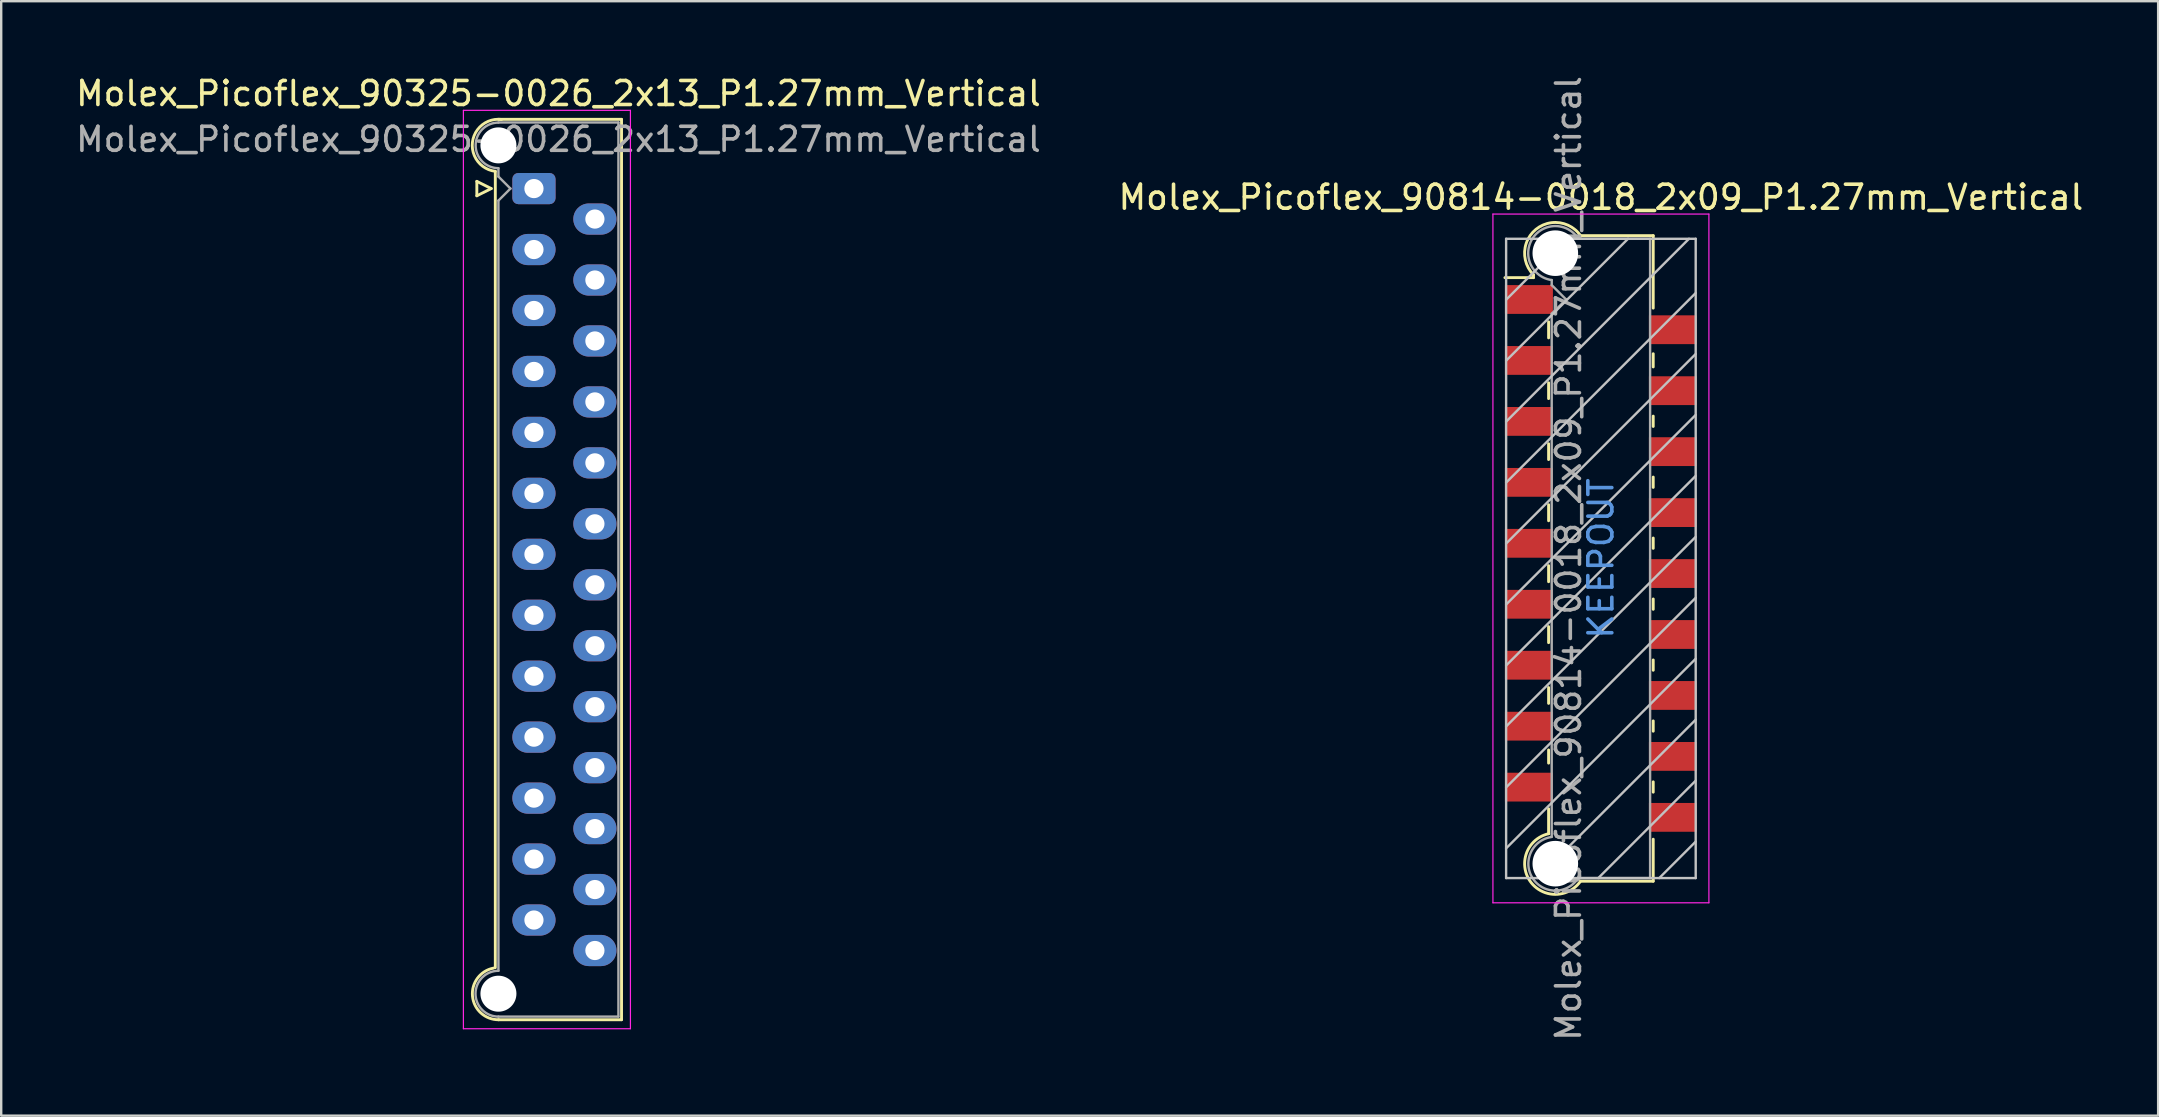
<source format=kicad_pcb>
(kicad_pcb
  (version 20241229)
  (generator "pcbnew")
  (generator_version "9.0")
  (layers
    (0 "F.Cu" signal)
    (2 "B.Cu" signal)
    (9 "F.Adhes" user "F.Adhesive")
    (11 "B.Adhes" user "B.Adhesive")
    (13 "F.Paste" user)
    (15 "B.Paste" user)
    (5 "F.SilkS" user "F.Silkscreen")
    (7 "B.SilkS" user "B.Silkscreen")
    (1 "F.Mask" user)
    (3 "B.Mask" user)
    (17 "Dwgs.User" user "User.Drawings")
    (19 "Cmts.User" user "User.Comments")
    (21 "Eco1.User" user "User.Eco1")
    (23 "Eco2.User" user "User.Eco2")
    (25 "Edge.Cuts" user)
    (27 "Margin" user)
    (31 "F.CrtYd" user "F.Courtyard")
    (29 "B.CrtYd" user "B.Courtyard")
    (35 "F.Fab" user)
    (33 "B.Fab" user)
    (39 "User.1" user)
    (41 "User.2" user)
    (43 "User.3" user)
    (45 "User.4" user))
  (footprint "Molex_Picoflex_90325-0026_2x13_P1.27mm_Vertical"
    (layer "F.Cu")
    (at 19.2 4.808)
    (property "Reference" "Molex_Picoflex_90325-0026_2x13_P1.27mm_Vertical" (at 1.02 -3.96 0) (layer "F.SilkS") (effects (font (size 1 1) (thickness 0.15))))
    (attr through_hole)
    (fp_line (start -2.38 -0.3) (end -2.38 0.3) (stroke (width 0.12) (type solid)) (layer "F.SilkS"))
    (fp_line (start -2.38 0.3) (end -1.78 0) (stroke (width 0.12) (type solid)) (layer "F.SilkS"))
    (fp_line (start -1.78 0) (end -2.38 -0.3) (stroke (width 0.12) (type solid)) (layer "F.SilkS"))
    (fp_line (start -1.61 -0.715) (end -1.61 32.465) (stroke (width 0.12) (type solid)) (layer "F.SilkS"))
    (fp_line (start -1.48 -2.885) (end 3.65 -2.885) (stroke (width 0.12) (type solid)) (layer "F.SilkS"))
    (fp_line (start 3.65 -2.885) (end 3.65 34.635) (stroke (width 0.12) (type solid)) (layer "F.SilkS"))
    (fp_line (start 3.65 34.635) (end -1.48 34.635) (stroke (width 0.12) (type solid)) (layer "F.SilkS"))
    (fp_arc (start -1.61 -0.72) (mid -2.56 -1.93) (end -1.35 -2.88) (stroke (width 0.12) (type solid)) (layer "F.SilkS"))
    (fp_arc (start -1.47 34.635) (mid -2.56 33.654526) (end -1.678256 32.48322) (stroke (width 0.12) (type solid)) (layer "F.SilkS"))
    (fp_line (start -2.94 -3.26) (end -2.94 35.01) (stroke (width 0.05) (type solid)) (layer "F.CrtYd"))
    (fp_line (start -2.94 35.01) (end 4.02 35.01) (stroke (width 0.05) (type solid)) (layer "F.CrtYd"))
    (fp_line (start 4.02 -3.26) (end -2.94 -3.26) (stroke (width 0.05) (type solid)) (layer "F.CrtYd"))
    (fp_line (start 4.02 35.01) (end 4.02 -3.26) (stroke (width 0.05) (type solid)) (layer "F.CrtYd"))
    (fp_line (start -1.48 -2.755) (end 3.52 -2.755) (stroke (width 0.1) (type solid)) (layer "F.Fab"))
    (fp_line (start -1.48 -0.845) (end -1.48 -0.5) (stroke (width 0.1) (type solid)) (layer "F.Fab"))
    (fp_line (start -1.48 -0.5) (end -0.98 0) (stroke (width 0.1) (type solid)) (layer "F.Fab"))
    (fp_line (start -1.48 0.5) (end -1.48 32.595) (stroke (width 0.1) (type solid)) (layer "F.Fab"))
    (fp_line (start -0.98 0) (end -1.48 0.5) (stroke (width 0.1) (type solid)) (layer "F.Fab"))
    (fp_line (start 3.52 -2.755) (end 3.52 34.505) (stroke (width 0.1) (type solid)) (layer "F.Fab"))
    (fp_line (start 3.52 34.505) (end -1.48 34.505) (stroke (width 0.1) (type solid)) (layer "F.Fab"))
    (fp_arc (start -1.48 -0.85) (mid -2.43 -1.8) (end -1.48 -2.75) (stroke (width 0.1) (type solid)) (layer "F.Fab"))
    (fp_arc (start -1.48 34.505) (mid -2.435 33.55) (end -1.48 32.595) (stroke (width 0.1) (type solid)) (layer "F.Fab"))
    (fp_text user "${REFERENCE}" (at 1.02 -2.05 0) (layer "F.Fab") (effects (font (size 1 1) (thickness 0.15))))
    (pad "" np_thru_hole circle (at -1.48 -1.8) (size 1.5 1.5) (drill 1.5) (layers "*.Cu" "*.Mask"))
    (pad "" np_thru_hole circle (at -1.48 33.55) (size 1.5 1.5) (drill 1.5) (layers "*.Cu" "*.Mask"))
    (pad "1" thru_hole roundrect (at 0 0) (size 1.8 1.3) (drill 0.8) (layers "*.Cu" "*.Mask") (roundrect_rratio 0.192))
    (pad "2" thru_hole oval (at 2.54 1.27) (size 1.8 1.3) (drill 0.8) (layers "*.Cu" "*.Mask"))
    (pad "3" thru_hole oval (at 0 2.54) (size 1.8 1.3) (drill 0.8) (layers "*.Cu" "*.Mask"))
    (pad "4" thru_hole oval (at 2.54 3.81) (size 1.8 1.3) (drill 0.8) (layers "*.Cu" "*.Mask"))
    (pad "5" thru_hole oval (at 0 5.08) (size 1.8 1.3) (drill 0.8) (layers "*.Cu" "*.Mask"))
    (pad "6" thru_hole oval (at 2.54 6.35) (size 1.8 1.3) (drill 0.8) (layers "*.Cu" "*.Mask"))
    (pad "7" thru_hole oval (at 0 7.62) (size 1.8 1.3) (drill 0.8) (layers "*.Cu" "*.Mask"))
    (pad "8" thru_hole oval (at 2.54 8.89) (size 1.8 1.3) (drill 0.8) (layers "*.Cu" "*.Mask"))
    (pad "9" thru_hole oval (at 0 10.16) (size 1.8 1.3) (drill 0.8) (layers "*.Cu" "*.Mask"))
    (pad "10" thru_hole oval (at 2.54 11.43) (size 1.8 1.3) (drill 0.8) (layers "*.Cu" "*.Mask"))
    (pad "11" thru_hole oval (at 0 12.7) (size 1.8 1.3) (drill 0.8) (layers "*.Cu" "*.Mask"))
    (pad "12" thru_hole oval (at 2.54 13.97) (size 1.8 1.3) (drill 0.8) (layers "*.Cu" "*.Mask"))
    (pad "13" thru_hole oval (at 0 15.24) (size 1.8 1.3) (drill 0.8) (layers "*.Cu" "*.Mask"))
    (pad "14" thru_hole oval (at 2.54 16.51) (size 1.8 1.3) (drill 0.8) (layers "*.Cu" "*.Mask"))
    (pad "15" thru_hole oval (at 0 17.78) (size 1.8 1.3) (drill 0.8) (layers "*.Cu" "*.Mask"))
    (pad "16" thru_hole oval (at 2.54 19.05) (size 1.8 1.3) (drill 0.8) (layers "*.Cu" "*.Mask"))
    (pad "17" thru_hole oval (at 0 20.32) (size 1.8 1.3) (drill 0.8) (layers "*.Cu" "*.Mask"))
    (pad "18" thru_hole oval (at 2.54 21.59) (size 1.8 1.3) (drill 0.8) (layers "*.Cu" "*.Mask"))
    (pad "19" thru_hole oval (at 0 22.86) (size 1.8 1.3) (drill 0.8) (layers "*.Cu" "*.Mask"))
    (pad "20" thru_hole oval (at 2.54 24.13) (size 1.8 1.3) (drill 0.8) (layers "*.Cu" "*.Mask"))
    (pad "21" thru_hole oval (at 0 25.4) (size 1.8 1.3) (drill 0.8) (layers "*.Cu" "*.Mask"))
    (pad "22" thru_hole oval (at 2.54 26.67) (size 1.8 1.3) (drill 0.8) (layers "*.Cu" "*.Mask"))
    (pad "23" thru_hole oval (at 0 27.94) (size 1.8 1.3) (drill 0.8) (layers "*.Cu" "*.Mask"))
    (pad "24" thru_hole oval (at 2.54 29.21) (size 1.8 1.3) (drill 0.8) (layers "*.Cu" "*.Mask"))
    (pad "25" thru_hole oval (at 0 30.48) (size 1.8 1.3) (drill 0.8) (layers "*.Cu" "*.Mask"))
    (pad "26" thru_hole oval (at 2.54 31.75) (size 1.8 1.3) (drill 0.8) (layers "*.Cu" "*.Mask")))
  (footprint "Molex_Picoflex_90814-0018_2x09_P1.27mm_Vertical"
    (layer "F.Cu")
    (at 63.661 20.22)
    (property "Reference" "Molex_Picoflex_90814-0018_2x09_P1.27mm_Vertical" (at 0 -15.05 0) (layer "F.SilkS") (effects (font (size 1 1) (thickness 0.15))))
    (attr smd)
    (fp_line (start -2.81 -11.82) (end -2.81 -11.7) (stroke (width 0.12) (type solid)) (layer "F.SilkS"))
    (fp_line (start -2.81 -11.7) (end -4 -11.7) (stroke (width 0.12) (type solid)) (layer "F.SilkS"))
    (fp_line (start -2.18 -9.19) (end -2.18 -9.86) (stroke (width 0.12) (type solid)) (layer "F.SilkS"))
    (fp_line (start -2.18 -6.66) (end -2.18 -7.32) (stroke (width 0.12) (type solid)) (layer "F.SilkS"))
    (fp_line (start -2.18 -4.12) (end -2.18 -4.78) (stroke (width 0.12) (type solid)) (layer "F.SilkS"))
    (fp_line (start -2.18 -1.57) (end -2.18 -2.24) (stroke (width 0.12) (type solid)) (layer "F.SilkS"))
    (fp_line (start -2.18 0.97) (end -2.18 0.3) (stroke (width 0.12) (type solid)) (layer "F.SilkS"))
    (fp_line (start -2.18 3.51) (end -2.18 2.84) (stroke (width 0.12) (type solid)) (layer "F.SilkS"))
    (fp_line (start -2.18 6.04) (end -2.18 5.38) (stroke (width 0.12) (type solid)) (layer "F.SilkS"))
    (fp_line (start -2.18 8.53) (end -2.18 7.98) (stroke (width 0.12) (type solid)) (layer "F.SilkS"))
    (fp_line (start -2.18 11.47) (end -2.18 10.43) (stroke (width 0.12) (type solid)) (layer "F.SilkS"))
    (fp_line (start 2.18 -13.45) (end -0.82 -13.45) (stroke (width 0.12) (type solid)) (layer "F.SilkS"))
    (fp_line (start 2.18 -13.45) (end 2.18 -10.43) (stroke (width 0.12) (type solid)) (layer "F.SilkS"))
    (fp_line (start 2.18 -8.53) (end 2.18 -7.98) (stroke (width 0.12) (type solid)) (layer "F.SilkS"))
    (fp_line (start 2.18 -5.93) (end 2.18 -5.5) (stroke (width 0.12) (type solid)) (layer "F.SilkS"))
    (fp_line (start 2.18 -3.39) (end 2.18 -2.96) (stroke (width 0.12) (type solid)) (layer "F.SilkS"))
    (fp_line (start 2.18 -0.85) (end 2.18 -0.42) (stroke (width 0.12) (type solid)) (layer "F.SilkS"))
    (fp_line (start 2.18 1.69) (end 2.18 2.12) (stroke (width 0.12) (type solid)) (layer "F.SilkS"))
    (fp_line (start 2.18 4.23) (end 2.18 4.66) (stroke (width 0.12) (type solid)) (layer "F.SilkS"))
    (fp_line (start 2.18 6.77) (end 2.18 7.2) (stroke (width 0.12) (type solid)) (layer "F.SilkS"))
    (fp_line (start 2.18 9.31) (end 2.18 9.74) (stroke (width 0.12) (type solid)) (layer "F.SilkS"))
    (fp_line (start 2.18 11.7) (end 2.18 13.45) (stroke (width 0.12) (type solid)) (layer "F.SilkS"))
    (fp_line (start 2.18 13.45) (end -0.85 13.45) (stroke (width 0.12) (type solid)) (layer "F.SilkS"))
    (fp_arc (start -2.81 -11.82) (mid -2.708637 -13.712072) (end -0.834991 -13.429828) (stroke (width 0.12) (type solid)) (layer "F.SilkS"))
    (fp_arc (start -0.85 13.45) (mid -2.962791 13.431249) (end -2.174424 11.470964) (stroke (width 0.12) (type solid)) (layer "F.SilkS"))
    (fp_line (start -3.95 -13.32) (end -3.95 13.32) (stroke (width 0.1) (type solid)) (layer "Dwgs.User"))
    (fp_line (start -3.95 -10.78) (end -1.41 -13.32) (stroke (width 0.1) (type solid)) (layer "Dwgs.User"))
    (fp_line (start -3.95 -8.24) (end 1.13 -13.32) (stroke (width 0.1) (type solid)) (layer "Dwgs.User"))
    (fp_line (start -3.95 -5.7) (end 3.67 -13.32) (stroke (width 0.1) (type solid)) (layer "Dwgs.User"))
    (fp_line (start -3.95 -3.16) (end 3.95 -11.06) (stroke (width 0.1) (type solid)) (layer "Dwgs.User"))
    (fp_line (start -3.95 -0.62) (end 3.95 -8.52) (stroke (width 0.1) (type solid)) (layer "Dwgs.User"))
    (fp_line (start -3.95 1.92) (end 3.95 -5.98) (stroke (width 0.1) (type solid)) (layer "Dwgs.User"))
    (fp_line (start -3.95 4.46) (end 3.95 -3.44) (stroke (width 0.1) (type solid)) (layer "Dwgs.User"))
    (fp_line (start -3.95 7) (end 3.95 -0.9) (stroke (width 0.1) (type solid)) (layer "Dwgs.User"))
    (fp_line (start -3.95 9.54) (end 3.95 1.64) (stroke (width 0.1) (type solid)) (layer "Dwgs.User"))
    (fp_line (start -3.95 12.08) (end 3.95 4.18) (stroke (width 0.1) (type solid)) (layer "Dwgs.User"))
    (fp_line (start -3.95 13.32) (end 3.95 13.32) (stroke (width 0.1) (type solid)) (layer "Dwgs.User"))
    (fp_line (start -2.65 13.32) (end 3.95 6.72) (stroke (width 0.1) (type solid)) (layer "Dwgs.User"))
    (fp_line (start -0.11 13.32) (end 3.95 9.26) (stroke (width 0.1) (type solid)) (layer "Dwgs.User"))
    (fp_line (start 2.43 13.32) (end 3.95 11.8) (stroke (width 0.1) (type solid)) (layer "Dwgs.User"))
    (fp_line (start 3.95 -13.32) (end -3.95 -13.32) (stroke (width 0.1) (type solid)) (layer "Dwgs.User"))
    (fp_line (start 3.95 13.32) (end 3.95 -13.32) (stroke (width 0.1) (type solid)) (layer "Dwgs.User"))
    (fp_line (start -4.5 -14.35) (end -4.5 14.35) (stroke (width 0.05) (type solid)) (layer "F.CrtYd"))
    (fp_line (start -4.5 14.35) (end 4.5 14.35) (stroke (width 0.05) (type solid)) (layer "F.CrtYd"))
    (fp_line (start 4.5 -14.35) (end -4.5 -14.35) (stroke (width 0.05) (type solid)) (layer "F.CrtYd"))
    (fp_line (start 4.5 14.35) (end 4.5 -14.35) (stroke (width 0.05) (type solid)) (layer "F.CrtYd"))
    (fp_line (start -2.05 -11.39) (end -2.05 -11.6) (stroke (width 0.1) (type solid)) (layer "F.Fab"))
    (fp_line (start -2.05 -10.2) (end -1.45 -10.79) (stroke (width 0.1) (type solid)) (layer "F.Fab"))
    (fp_line (start -2.05 11.6) (end -2.05 -10.2) (stroke (width 0.1) (type solid)) (layer "F.Fab"))
    (fp_line (start -1.45 -10.79) (end -2.05 -11.39) (stroke (width 0.1) (type solid)) (layer "F.Fab"))
    (fp_line (start 2.05 -13.32) (end -0.93 -13.32) (stroke (width 0.1) (type solid)) (layer "F.Fab"))
    (fp_line (start 2.05 -13.32) (end 2.05 13.32) (stroke (width 0.1) (type solid)) (layer "F.Fab"))
    (fp_line (start 2.05 13.32) (end -0.95 13.32) (stroke (width 0.1) (type solid)) (layer "F.Fab"))
    (fp_arc (start -2.05 -11.6) (mid -2.851672 -13.329279) (end -0.945612 -13.325015) (stroke (width 0.1) (type solid)) (layer "F.Fab"))
    (fp_arc (start -0.95 13.32) (mid -2.845272 13.327421) (end -2.051022 11.606585) (stroke (width 0.1) (type solid)) (layer "F.Fab"))
    (fp_text user "KEEPOUT" (at 0 0 90) (layer "Cmts.User") (effects (font (size 1 1) (thickness 0.15))))
    (fp_text user "${REFERENCE}" (at -1.35 0 90) (layer "F.Fab") (effects (font (size 1 1) (thickness 0.15))))
    (pad "" np_thru_hole circle (at -1.9 -12.72) (size 1.9 1.9) (drill 1.9) (layers "*.Cu" "*.Mask"))
    (pad "" np_thru_hole circle (at -1.9 12.72) (size 1.9 1.9) (drill 1.9) (layers "*.Cu" "*.Mask"))
    (pad "1" smd rect (at -3 -10.79) (size 2 1.2) (layers "F.Cu" "F.Mask" "F.Paste"))
    (pad "2" smd rect (at 3 -9.53) (size 2 1.2) (layers "F.Cu" "F.Mask" "F.Paste"))
    (pad "3" smd rect (at -3 -8.25) (size 2 1.2) (layers "F.Cu" "F.Mask" "F.Paste"))
    (pad "4" smd rect (at 3 -6.99) (size 2 1.2) (layers "F.Cu" "F.Mask" "F.Paste"))
    (pad "5" smd rect (at -3 -5.71) (size 2 1.2) (layers "F.Cu" "F.Mask" "F.Paste"))
    (pad "6" smd rect (at 3 -4.45) (size 2 1.2) (layers "F.Cu" "F.Mask" "F.Paste"))
    (pad "7" smd rect (at -3 -3.17) (size 2 1.2) (layers "F.Cu" "F.Mask" "F.Paste"))
    (pad "8" smd rect (at 3 -1.91) (size 2 1.2) (layers "F.Cu" "F.Mask" "F.Paste"))
    (pad "9" smd rect (at -3 -0.63) (size 2 1.2) (layers "F.Cu" "F.Mask" "F.Paste"))
    (pad "10" smd rect (at 3 0.63) (size 2 1.2) (layers "F.Cu" "F.Mask" "F.Paste"))
    (pad "11" smd rect (at -3 1.91) (size 2 1.2) (layers "F.Cu" "F.Mask" "F.Paste"))
    (pad "12" smd rect (at 3 3.17) (size 2 1.2) (layers "F.Cu" "F.Mask" "F.Paste"))
    (pad "13" smd rect (at -3 4.45) (size 2 1.2) (layers "F.Cu" "F.Mask" "F.Paste"))
    (pad "14" smd rect (at 3 5.71) (size 2 1.2) (layers "F.Cu" "F.Mask" "F.Paste"))
    (pad "15" smd rect (at -3 6.99) (size 2 1.2) (layers "F.Cu" "F.Mask" "F.Paste"))
    (pad "16" smd rect (at 3 8.25) (size 2 1.2) (layers "F.Cu" "F.Mask" "F.Paste"))
    (pad "17" smd rect (at -3 9.53) (size 2 1.2) (layers "F.Cu" "F.Mask" "F.Paste"))
    (pad "18" smd rect (at 3 10.79) (size 2 1.2) (layers "F.Cu" "F.Mask" "F.Paste")))
  (gr_rect
    (start -3 -3)
    (end 86.881 43.44)
    (stroke (width 0.1) (type default))
    (fill no)
    (layer "Edge.Cuts")))
</source>
